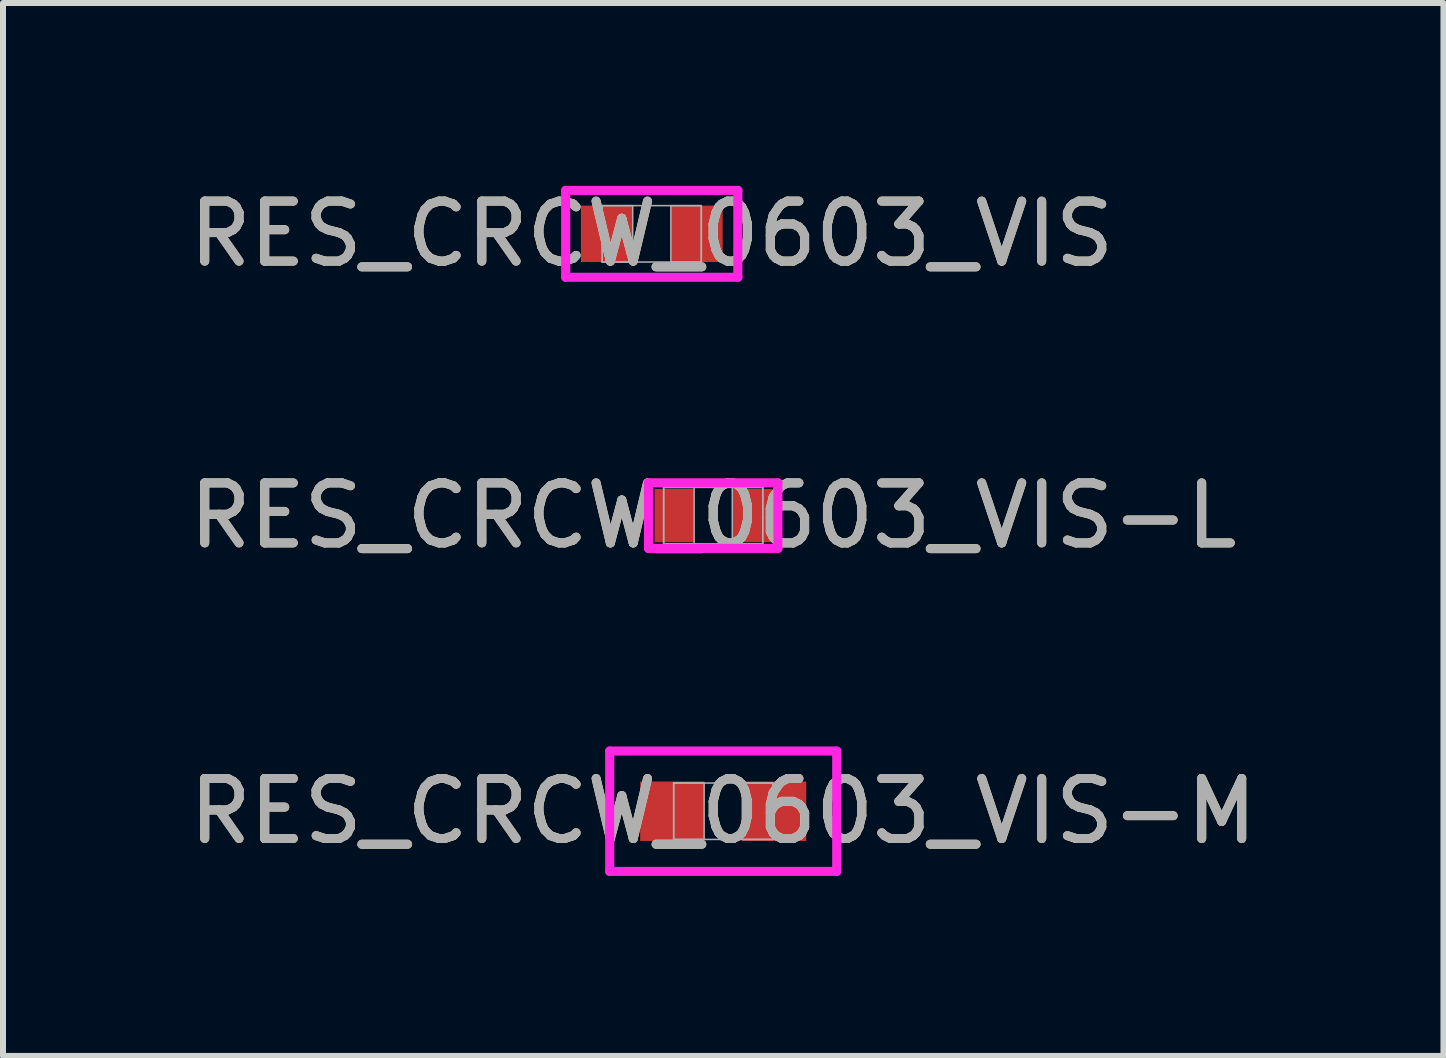
<source format=kicad_pcb>
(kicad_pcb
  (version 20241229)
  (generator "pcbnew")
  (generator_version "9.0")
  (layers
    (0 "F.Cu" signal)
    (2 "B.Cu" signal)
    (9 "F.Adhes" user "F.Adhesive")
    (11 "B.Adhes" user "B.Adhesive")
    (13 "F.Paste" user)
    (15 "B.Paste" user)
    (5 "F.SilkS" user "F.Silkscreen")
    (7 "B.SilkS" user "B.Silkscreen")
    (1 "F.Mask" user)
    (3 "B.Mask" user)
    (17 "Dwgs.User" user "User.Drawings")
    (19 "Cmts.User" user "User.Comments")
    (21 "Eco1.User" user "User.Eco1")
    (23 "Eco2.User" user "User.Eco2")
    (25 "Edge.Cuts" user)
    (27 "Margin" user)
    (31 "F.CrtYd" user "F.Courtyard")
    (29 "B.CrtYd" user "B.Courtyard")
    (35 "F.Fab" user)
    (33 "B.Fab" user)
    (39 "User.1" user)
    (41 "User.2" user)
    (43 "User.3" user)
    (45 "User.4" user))
  (footprint "RES_CRCW_0603_VIS"
    (layer "F.Cu")
    (at 7.815 0.848)
    (property "Reference" "RES_CRCW_0603_VIS" (at 0 0 0) (unlocked yes) (layer "F.SilkS") (effects (font (size 1 1) (thickness 0.15))))
    (attr smd)
    (fp_line (start -1.435 -0.724) (end 1.435 -0.724) (stroke (width 0.152) (type solid)) (layer "F.CrtYd"))
    (fp_line (start -1.435 0.724) (end -1.435 -0.724) (stroke (width 0.152) (type solid)) (layer "F.CrtYd"))
    (fp_line (start 1.435 -0.724) (end 1.435 0.724) (stroke (width 0.152) (type solid)) (layer "F.CrtYd"))
    (fp_line (start 1.435 0.724) (end -1.435 0.724) (stroke (width 0.152) (type solid)) (layer "F.CrtYd"))
    (fp_line (start -0.826 -0.47) (end -0.826 0.47) (stroke (width 0.025) (type solid)) (layer "F.Fab"))
    (fp_line (start -0.826 -0.47) (end -0.826 0.47) (stroke (width 0.025) (type solid)) (layer "F.Fab"))
    (fp_line (start -0.826 0.47) (end -0.318 0.47) (stroke (width 0.025) (type solid)) (layer "F.Fab"))
    (fp_line (start -0.826 0.47) (end 0.826 0.47) (stroke (width 0.025) (type solid)) (layer "F.Fab"))
    (fp_line (start -0.318 -0.47) (end -0.826 -0.47) (stroke (width 0.025) (type solid)) (layer "F.Fab"))
    (fp_line (start -0.318 0.47) (end -0.318 -0.47) (stroke (width 0.025) (type solid)) (layer "F.Fab"))
    (fp_line (start 0.318 -0.47) (end 0.318 0.47) (stroke (width 0.025) (type solid)) (layer "F.Fab"))
    (fp_line (start 0.318 0.47) (end 0.826 0.47) (stroke (width 0.025) (type solid)) (layer "F.Fab"))
    (fp_line (start 0.826 -0.47) (end -0.826 -0.47) (stroke (width 0.025) (type solid)) (layer "F.Fab"))
    (fp_line (start 0.826 -0.47) (end 0.318 -0.47) (stroke (width 0.025) (type solid)) (layer "F.Fab"))
    (fp_line (start 0.826 0.47) (end 0.826 -0.47) (stroke (width 0.025) (type solid)) (layer "F.Fab"))
    (fp_line (start 0.826 0.47) (end 0.826 -0.47) (stroke (width 0.025) (type solid)) (layer "F.Fab"))
    (fp_text user "${REFERENCE}" (at 0 0 0) (unlocked yes) (layer "F.Fab") (effects (font (size 1 1) (thickness 0.15))))
    (pad "1" smd rect (at -0.749 0) (size 0.864 0.94) (layers "F.Cu" "F.Mask" "F.Paste"))
    (pad "2" smd rect (at 0.749 0) (size 0.864 0.94) (layers "F.Cu" "F.Mask" "F.Paste"))
    (zone (net_name "") (layer "F.Cu") (hatch full 0.508) (connect_pads) (min_thickness 0.254) (filled_areas_thickness no) (keepout (tracks not_allowed) (vias not_allowed) (pads allowed) (copperpour not_allowed) (footprints allowed)) (placement (enabled no)) (fill) (polygon (pts (xy 7.549 0.429) (xy 8.082 0.429) (xy 8.082 1.267) (xy 7.549 1.267)))))
  (footprint "RES_CRCW_0603_VIS-L"
    (layer "F.Cu")
    (at 8.839 5.545)
    (property "Reference" "RES_CRCW_0603_VIS-L" (at 0 0 0) (unlocked yes) (layer "F.SilkS") (effects (font (size 1 1) (thickness 0.15))))
    (attr smd)
    (fp_line (start -1.079 -0.546) (end 1.079 -0.546) (stroke (width 0.152) (type solid)) (layer "F.CrtYd"))
    (fp_line (start -1.079 0.546) (end -1.079 -0.546) (stroke (width 0.152) (type solid)) (layer "F.CrtYd"))
    (fp_line (start 1.079 -0.546) (end 1.079 0.546) (stroke (width 0.152) (type solid)) (layer "F.CrtYd"))
    (fp_line (start 1.079 0.546) (end -1.079 0.546) (stroke (width 0.152) (type solid)) (layer "F.CrtYd"))
    (fp_line (start -0.826 -0.47) (end -0.826 0.47) (stroke (width 0.025) (type solid)) (layer "F.Fab"))
    (fp_line (start -0.826 -0.47) (end -0.826 0.47) (stroke (width 0.025) (type solid)) (layer "F.Fab"))
    (fp_line (start -0.826 0.47) (end -0.318 0.47) (stroke (width 0.025) (type solid)) (layer "F.Fab"))
    (fp_line (start -0.826 0.47) (end 0.826 0.47) (stroke (width 0.025) (type solid)) (layer "F.Fab"))
    (fp_line (start -0.318 -0.47) (end -0.826 -0.47) (stroke (width 0.025) (type solid)) (layer "F.Fab"))
    (fp_line (start -0.318 0.47) (end -0.318 -0.47) (stroke (width 0.025) (type solid)) (layer "F.Fab"))
    (fp_line (start 0.318 -0.47) (end 0.318 0.47) (stroke (width 0.025) (type solid)) (layer "F.Fab"))
    (fp_line (start 0.318 0.47) (end 0.826 0.47) (stroke (width 0.025) (type solid)) (layer "F.Fab"))
    (fp_line (start 0.826 -0.47) (end -0.826 -0.47) (stroke (width 0.025) (type solid)) (layer "F.Fab"))
    (fp_line (start 0.826 -0.47) (end 0.318 -0.47) (stroke (width 0.025) (type solid)) (layer "F.Fab"))
    (fp_line (start 0.826 0.47) (end 0.826 -0.47) (stroke (width 0.025) (type solid)) (layer "F.Fab"))
    (fp_line (start 0.826 0.47) (end 0.826 -0.47) (stroke (width 0.025) (type solid)) (layer "F.Fab"))
    (fp_text user "${REFERENCE}" (at 0 0 0) (unlocked yes) (layer "F.Fab") (effects (font (size 1 1) (thickness 0.15))))
    (pad "1" smd rect (at -0.648 0) (size 0.66 0.889) (layers "F.Cu" "F.Mask" "F.Paste"))
    (pad "2" smd rect (at 0.648 0) (size 0.66 0.889) (layers "F.Cu" "F.Mask" "F.Paste"))
    (zone (net_name "") (layer "F.Cu") (hatch full 0.508) (connect_pads) (min_thickness 0.254) (filled_areas_thickness no) (keepout (tracks not_allowed) (vias not_allowed) (pads allowed) (copperpour not_allowed) (footprints allowed)) (placement (enabled no)) (fill) (polygon (pts (xy 8.573 5.126) (xy 9.106 5.126) (xy 9.106 5.964) (xy 8.573 5.964)))))
  (footprint "RES_CRCW_0603_VIS-M"
    (layer "F.Cu")
    (at 9.006 10.473)
    (property "Reference" "RES_CRCW_0603_VIS-M" (at 0 0 0) (unlocked yes) (layer "F.SilkS") (effects (font (size 1 1) (thickness 0.15))))
    (attr smd)
    (fp_line (start -1.892 -1.003) (end 1.892 -1.003) (stroke (width 0.152) (type solid)) (layer "F.CrtYd"))
    (fp_line (start -1.892 1.003) (end -1.892 -1.003) (stroke (width 0.152) (type solid)) (layer "F.CrtYd"))
    (fp_line (start 1.892 -1.003) (end 1.892 1.003) (stroke (width 0.152) (type solid)) (layer "F.CrtYd"))
    (fp_line (start 1.892 1.003) (end -1.892 1.003) (stroke (width 0.152) (type solid)) (layer "F.CrtYd"))
    (fp_line (start -0.826 -0.47) (end -0.826 0.47) (stroke (width 0.025) (type solid)) (layer "F.Fab"))
    (fp_line (start -0.826 -0.47) (end -0.826 0.47) (stroke (width 0.025) (type solid)) (layer "F.Fab"))
    (fp_line (start -0.826 0.47) (end -0.318 0.47) (stroke (width 0.025) (type solid)) (layer "F.Fab"))
    (fp_line (start -0.826 0.47) (end 0.826 0.47) (stroke (width 0.025) (type solid)) (layer "F.Fab"))
    (fp_line (start -0.318 -0.47) (end -0.826 -0.47) (stroke (width 0.025) (type solid)) (layer "F.Fab"))
    (fp_line (start -0.318 0.47) (end -0.318 -0.47) (stroke (width 0.025) (type solid)) (layer "F.Fab"))
    (fp_line (start 0.318 -0.47) (end 0.318 0.47) (stroke (width 0.025) (type solid)) (layer "F.Fab"))
    (fp_line (start 0.318 0.47) (end 0.826 0.47) (stroke (width 0.025) (type solid)) (layer "F.Fab"))
    (fp_line (start 0.826 -0.47) (end -0.826 -0.47) (stroke (width 0.025) (type solid)) (layer "F.Fab"))
    (fp_line (start 0.826 -0.47) (end 0.318 -0.47) (stroke (width 0.025) (type solid)) (layer "F.Fab"))
    (fp_line (start 0.826 0.47) (end 0.826 -0.47) (stroke (width 0.025) (type solid)) (layer "F.Fab"))
    (fp_line (start 0.826 0.47) (end 0.826 -0.47) (stroke (width 0.025) (type solid)) (layer "F.Fab"))
    (fp_text user "${REFERENCE}" (at 0 0 0) (unlocked yes) (layer "F.Fab") (effects (font (size 1 1) (thickness 0.15))))
    (pad "1" smd rect (at -0.851 0) (size 1.067 0.991) (layers "F.Cu" "F.Mask" "F.Paste"))
    (pad "2" smd rect (at 0.851 0) (size 1.067 0.991) (layers "F.Cu" "F.Mask" "F.Paste"))
    (zone (net_name "") (layer "F.Cu") (hatch full 0.508) (connect_pads) (min_thickness 0.254) (filled_areas_thickness no) (keepout (tracks not_allowed) (vias not_allowed) (pads allowed) (copperpour not_allowed) (footprints allowed)) (placement (enabled no)) (fill) (polygon (pts (xy 8.739 10.053) (xy 9.273 10.053) (xy 9.273 10.892) (xy 8.739 10.892)))))
  (gr_rect
    (start -3 -3)
    (end 21.012 14.552)
    (stroke (width 0.1) (type default))
    (fill no)
    (layer "Edge.Cuts")))
</source>
